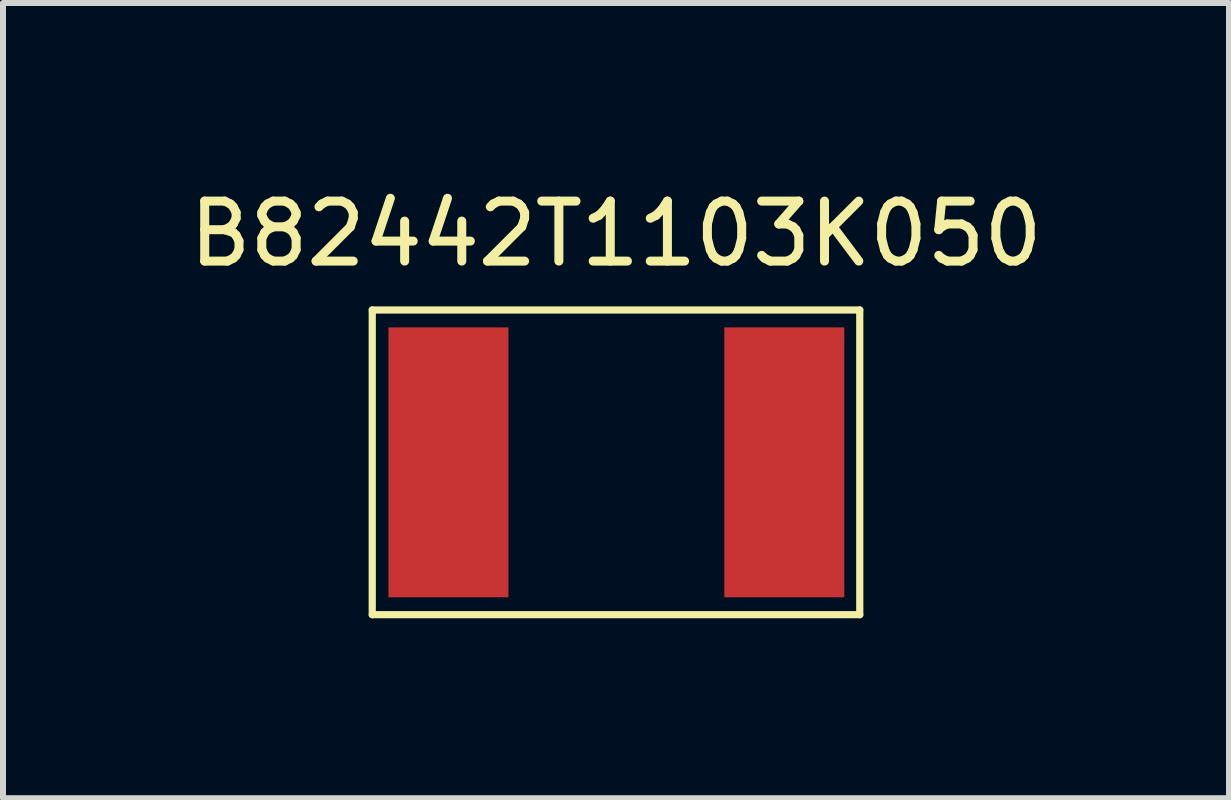
<source format=kicad_pcb>
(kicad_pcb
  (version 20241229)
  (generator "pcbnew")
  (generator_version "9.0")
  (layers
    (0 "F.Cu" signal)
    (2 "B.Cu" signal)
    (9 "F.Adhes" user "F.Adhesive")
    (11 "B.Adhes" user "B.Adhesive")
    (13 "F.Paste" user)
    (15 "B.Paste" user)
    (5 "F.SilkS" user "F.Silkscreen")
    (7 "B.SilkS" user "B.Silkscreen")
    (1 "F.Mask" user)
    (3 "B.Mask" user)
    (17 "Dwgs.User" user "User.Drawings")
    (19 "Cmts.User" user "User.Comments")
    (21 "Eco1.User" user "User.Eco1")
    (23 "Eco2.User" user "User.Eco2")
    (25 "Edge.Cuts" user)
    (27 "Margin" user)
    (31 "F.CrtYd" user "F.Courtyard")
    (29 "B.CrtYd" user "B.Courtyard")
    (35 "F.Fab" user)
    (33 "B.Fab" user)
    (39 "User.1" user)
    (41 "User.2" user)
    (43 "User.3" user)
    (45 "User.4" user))
  (footprint "B82442T1103K050"
    (layer "F.Cu")
    (at 4.426 4.658)
    (property "Reference" "B82442T1103K050" (at 2.794 -3.81 0) (layer "F.SilkS") (effects (font (size 1 1) (thickness 0.15))))
    (attr through_hole)
    (fp_line (start -1.27 -2.54) (end 6.858 -2.54) (stroke (width 0.12) (type solid)) (layer "F.SilkS"))
    (fp_line (start -1.27 2.54) (end -1.27 -2.54) (stroke (width 0.12) (type solid)) (layer "F.SilkS"))
    (fp_line (start 6.858 -2.54) (end 6.858 2.54) (stroke (width 0.12) (type solid)) (layer "F.SilkS"))
    (fp_line (start 6.858 2.54) (end -1.27 2.54) (stroke (width 0.12) (type solid)) (layer "F.SilkS"))
    (pad "1" smd rect (at 0 0) (size 2 4.5) (layers "F.Cu" "F.Mask" "F.Paste"))
    (pad "2" smd rect (at 5.6 0) (size 2 4.5) (layers "F.Cu" "F.Mask" "F.Paste")))
  (gr_rect
    (start -3 -3)
    (end 17.44 10.258)
    (stroke (width 0.1) (type default))
    (fill no)
    (layer "Edge.Cuts")))
</source>
